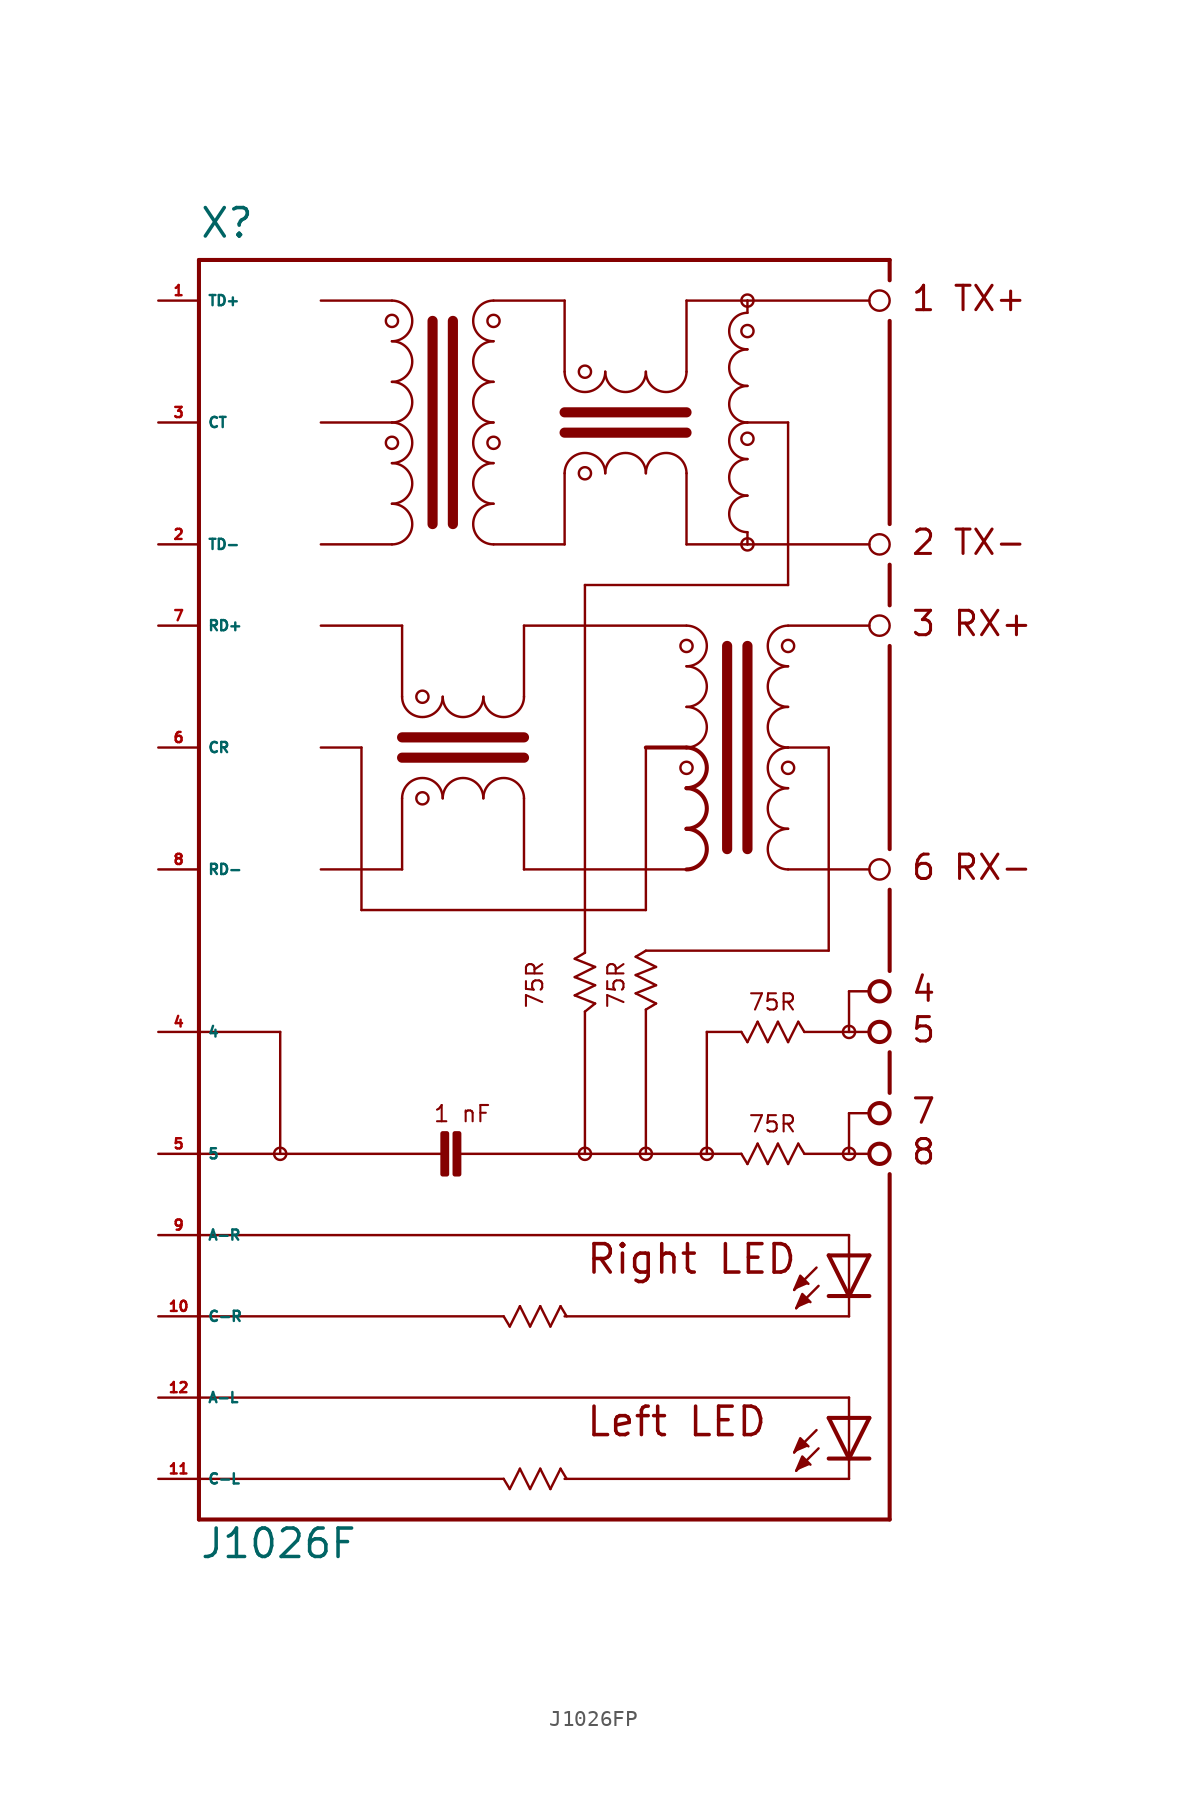
<source format=kicad_sym>
(kicad_symbol_lib
  (version 20220914)
  (generator Eagle2Kicad)
  (symbol "J1026FP"
    (property "Reference" "X"
      (at -20.32 21.59 0)
      (effects (font (size 1.778 1.778) (thickness 0.22)) (justify left bottom)))
    (property "Value" "J1026F"
      (at -20.32 -60.96 0)
      (effects (font (size 1.778 1.778) (thickness 0.22)) (justify left bottom)))
    (polyline
      (pts (xy 16.891 -44.069) (xy 17.272 -43.18) (xy 17.78 -43.688))
      (stroke (width 0.152) (type default))
      (fill (type outline)))
    (polyline
      (pts (xy 17.018 -45.212) (xy 17.399 -44.323) (xy 17.907 -44.831))
      (stroke (width 0.152) (type default))
      (fill (type outline)))
    (polyline
      (pts (xy 16.891 -54.229) (xy 17.272 -53.34) (xy 17.78 -53.848))
      (stroke (width 0.152) (type default))
      (fill (type outline)))
    (polyline
      (pts (xy 17.018 -55.372) (xy 17.399 -54.483) (xy 17.907 -54.991))
      (stroke (width 0.152) (type default))
      (fill (type outline)))
    (polyline
      (pts (xy -12.7 2.54) (xy -8.255 2.54))
      (stroke (width 0.152) (type default))
      (fill (type none)))
    (polyline
      (pts (xy -12.7 10.16) (xy -8.255 10.16))
      (stroke (width 0.152) (type default))
      (fill (type none)))
    (polyline
      (pts (xy -12.7 17.78) (xy -8.255 17.78))
      (stroke (width 0.152) (type default))
      (fill (type none)))
    (arc
      (start -8.255 10.16)
      (mid -6.985 11.430)
      (end -8.255 12.7)
      (stroke (width 0.1524) (type default))
      (fill (type none)))
    (arc
      (start -8.255 12.7)
      (mid -6.985 13.970)
      (end -8.255 15.24)
      (stroke (width 0.1524) (type default))
      (fill (type none)))
    (arc
      (start -8.255 15.24)
      (mid -6.985 16.510)
      (end -8.255 17.78)
      (stroke (width 0.1524) (type default))
      (fill (type none)))
    (arc
      (start -8.255 7.62)
      (mid -6.985 8.890)
      (end -8.255 10.16)
      (stroke (width 0.1524) (type default))
      (fill (type none)))
    (arc
      (start -8.255 5.08)
      (mid -6.985 6.350)
      (end -8.255 7.62)
      (stroke (width 0.1524) (type default))
      (fill (type none)))
    (arc
      (start -8.255 2.54)
      (mid -6.985 3.810)
      (end -8.255 5.08)
      (stroke (width 0.1524) (type default))
      (fill (type none)))
    (polyline
      (pts (xy -5.715 16.51) (xy -5.715 3.81))
      (stroke (width 0.635) (type default))
      (fill (type none)))
    (polyline
      (pts (xy -4.445 16.51) (xy -4.445 3.81))
      (stroke (width 0.635) (type default))
      (fill (type none)))
    (arc
      (start -1.905 12.7)
      (mid -3.175 11.430)
      (end -1.905 10.16)
      (stroke (width 0.1524) (type default))
      (fill (type none)))
    (arc
      (start -1.905 15.24)
      (mid -3.175 13.970)
      (end -1.905 12.7)
      (stroke (width 0.1524) (type default))
      (fill (type none)))
    (arc
      (start -1.905 17.78)
      (mid -3.175 16.510)
      (end -1.905 15.24)
      (stroke (width 0.1524) (type default))
      (fill (type none)))
    (arc
      (start -1.905 10.16)
      (mid -3.175 8.890)
      (end -1.905 7.62)
      (stroke (width 0.1524) (type default))
      (fill (type none)))
    (arc
      (start -1.905 7.62)
      (mid -3.175 6.350)
      (end -1.905 5.08)
      (stroke (width 0.1524) (type default))
      (fill (type none)))
    (arc
      (start -1.905 5.08)
      (mid -3.175 3.810)
      (end -1.905 2.54)
      (stroke (width 0.1524) (type default))
      (fill (type none)))
    (arc
      (start 10.16 6.985)
      (mid 8.890 8.255)
      (end 7.62 6.985)
      (stroke (width 0.1524) (type default))
      (fill (type none)))
    (arc
      (start 7.62 6.985)
      (mid 6.350 8.255)
      (end 5.08 6.985)
      (stroke (width 0.1524) (type default))
      (fill (type none)))
    (arc
      (start 5.08 6.985)
      (mid 3.810 8.255)
      (end 2.54 6.985)
      (stroke (width 0.1524) (type default))
      (fill (type none)))
    (arc
      (start 7.62 13.335)
      (mid 8.890 12.065)
      (end 10.16 13.335)
      (stroke (width 0.1524) (type default))
      (fill (type none)))
    (arc
      (start 5.08 13.335)
      (mid 6.350 12.065)
      (end 7.62 13.335)
      (stroke (width 0.1524) (type default))
      (fill (type none)))
    (arc
      (start 2.54 13.335)
      (mid 3.810 12.065)
      (end 5.08 13.335)
      (stroke (width 0.1524) (type default))
      (fill (type none)))
    (polyline
      (pts (xy -1.905 17.78) (xy 2.54 17.78))
      (stroke (width 0.152) (type default))
      (fill (type none)))
    (polyline
      (pts (xy 2.54 17.78) (xy 2.54 13.335))
      (stroke (width 0.152) (type default))
      (fill (type none)))
    (polyline
      (pts (xy 2.54 2.54) (xy -1.905 2.54))
      (stroke (width 0.152) (type default))
      (fill (type none)))
    (polyline
      (pts (xy 2.54 2.54) (xy 2.54 6.985))
      (stroke (width 0.152) (type default))
      (fill (type none)))
    (polyline
      (pts (xy 10.16 13.335) (xy 10.16 17.78))
      (stroke (width 0.152) (type default))
      (fill (type none)))
    (polyline
      (pts (xy 10.16 17.78) (xy 13.97 17.78))
      (stroke (width 0.152) (type default))
      (fill (type none)))
    (polyline
      (pts (xy 13.97 17.78) (xy 21.59 17.78))
      (stroke (width 0.152) (type default))
      (fill (type none)))
    (polyline
      (pts (xy 10.16 6.985) (xy 10.16 2.54))
      (stroke (width 0.152) (type default))
      (fill (type none)))
    (polyline
      (pts (xy 10.16 2.54) (xy 13.97 2.54))
      (stroke (width 0.152) (type default))
      (fill (type none)))
    (polyline
      (pts (xy 13.97 2.54) (xy 21.59 2.54))
      (stroke (width 0.152) (type default))
      (fill (type none)))
    (polyline
      (pts (xy 2.54 9.525) (xy 10.16 9.525))
      (stroke (width 0.635) (type default))
      (fill (type none)))
    (polyline
      (pts (xy 2.54 10.795) (xy 10.16 10.795))
      (stroke (width 0.635) (type default))
      (fill (type none)))
    (polyline
      (pts (xy 21.59 -17.78) (xy 16.51 -17.78))
      (stroke (width 0.152) (type default))
      (fill (type none)))
    (polyline
      (pts (xy 19.05 -10.16) (xy 16.51 -10.16))
      (stroke (width 0.152) (type default))
      (fill (type none)))
    (polyline
      (pts (xy 21.59 -2.54) (xy 16.51 -2.54))
      (stroke (width 0.152) (type default))
      (fill (type none)))
    (arc
      (start 16.51 -7.62)
      (mid 15.240 -8.890)
      (end 16.51 -10.16)
      (stroke (width 0.1524) (type default))
      (fill (type none)))
    (arc
      (start 16.51 -5.08)
      (mid 15.240 -6.350)
      (end 16.51 -7.62)
      (stroke (width 0.1524) (type default))
      (fill (type none)))
    (arc
      (start 16.51 -2.54)
      (mid 15.240 -3.810)
      (end 16.51 -5.08)
      (stroke (width 0.1524) (type default))
      (fill (type none)))
    (arc
      (start 16.51 -10.16)
      (mid 15.240 -11.430)
      (end 16.51 -12.7)
      (stroke (width 0.1524) (type default))
      (fill (type none)))
    (arc
      (start 16.51 -12.7)
      (mid 15.240 -13.970)
      (end 16.51 -15.24)
      (stroke (width 0.1524) (type default))
      (fill (type none)))
    (arc
      (start 16.51 -15.24)
      (mid 15.240 -16.510)
      (end 16.51 -17.78)
      (stroke (width 0.1524) (type default))
      (fill (type none)))
    (polyline
      (pts (xy 13.97 -3.81) (xy 13.97 -16.51))
      (stroke (width 0.635) (type default))
      (fill (type none)))
    (polyline
      (pts (xy 12.7 -3.81) (xy 12.7 -16.51))
      (stroke (width 0.635) (type default))
      (fill (type none)))
    (arc
      (start 10.16 -10.16)
      (mid 11.430 -8.890)
      (end 10.16 -7.62)
      (stroke (width 0.1524) (type default))
      (fill (type none)))
    (arc
      (start 10.16 -7.62)
      (mid 11.430 -6.350)
      (end 10.16 -5.08)
      (stroke (width 0.1524) (type default))
      (fill (type none)))
    (arc
      (start 10.16 -5.08)
      (mid 11.430 -3.810)
      (end 10.16 -2.54)
      (stroke (width 0.1524) (type default))
      (fill (type none)))
    (arc
      (start 10.16 -12.7)
      (mid 11.430 -11.430)
      (end 10.16 -10.16)
      (stroke (width 0.254) (type default))
      (fill (type none)))
    (arc
      (start 10.16 -15.24)
      (mid 11.430 -13.970)
      (end 10.16 -12.7)
      (stroke (width 0.254) (type default))
      (fill (type none)))
    (arc
      (start 10.16 -17.78)
      (mid 11.430 -16.510)
      (end 10.16 -15.24)
      (stroke (width 0.254) (type default))
      (fill (type none)))
    (arc
      (start -5.08 -13.335)
      (mid -6.350 -12.065)
      (end -7.62 -13.335)
      (stroke (width 0.1524) (type default))
      (fill (type none)))
    (arc
      (start -2.54 -13.335)
      (mid -3.810 -12.065)
      (end -5.08 -13.335)
      (stroke (width 0.1524) (type default))
      (fill (type none)))
    (arc
      (start 0 -13.335)
      (mid -1.270 -12.065)
      (end -2.54 -13.335)
      (stroke (width 0.1524) (type default))
      (fill (type none)))
    (arc
      (start -7.62 -6.985)
      (mid -6.350 -8.255)
      (end -5.08 -6.985)
      (stroke (width 0.1524) (type default))
      (fill (type none)))
    (arc
      (start -5.08 -6.985)
      (mid -3.810 -8.255)
      (end -2.54 -6.985)
      (stroke (width 0.1524) (type default))
      (fill (type none)))
    (arc
      (start -2.54 -6.985)
      (mid -1.270 -8.255)
      (end 0 -6.985)
      (stroke (width 0.1524) (type default))
      (fill (type none)))
    (polyline
      (pts (xy 10.16 -2.54) (xy 0 -2.54))
      (stroke (width 0.152) (type default))
      (fill (type none)))
    (polyline
      (pts (xy 0 -2.54) (xy 0 -6.985))
      (stroke (width 0.152) (type default))
      (fill (type none)))
    (polyline
      (pts (xy 0 -17.78) (xy 10.16 -17.78))
      (stroke (width 0.152) (type default))
      (fill (type none)))
    (polyline
      (pts (xy 0 -17.78) (xy 0 -13.335))
      (stroke (width 0.152) (type default))
      (fill (type none)))
    (polyline
      (pts (xy -7.62 -6.985) (xy -7.62 -2.54))
      (stroke (width 0.152) (type default))
      (fill (type none)))
    (polyline
      (pts (xy -7.62 -2.54) (xy -12.7 -2.54))
      (stroke (width 0.152) (type default))
      (fill (type none)))
    (polyline
      (pts (xy -7.62 -13.335) (xy -7.62 -17.78))
      (stroke (width 0.152) (type default))
      (fill (type none)))
    (polyline
      (pts (xy -7.62 -17.78) (xy -12.7 -17.78))
      (stroke (width 0.152) (type default))
      (fill (type none)))
    (polyline
      (pts (xy 0 -10.795) (xy -7.62 -10.795))
      (stroke (width 0.635) (type default))
      (fill (type none)))
    (polyline
      (pts (xy 0 -9.525) (xy -7.62 -9.525))
      (stroke (width 0.635) (type default))
      (fill (type none)))
    (polyline
      (pts (xy 21.59 -25.4) (xy 20.32 -25.4))
      (stroke (width 0.152) (type default))
      (fill (type none)))
    (polyline
      (pts (xy 20.32 -25.4) (xy 20.32 -27.94))
      (stroke (width 0.152) (type default))
      (fill (type none)))
    (polyline
      (pts (xy 20.32 -27.94) (xy 21.59 -27.94))
      (stroke (width 0.152) (type default))
      (fill (type none)))
    (polyline
      (pts (xy 21.59 -33.02) (xy 20.32 -33.02))
      (stroke (width 0.152) (type default))
      (fill (type none)))
    (polyline
      (pts (xy 20.32 -33.02) (xy 20.32 -35.56))
      (stroke (width 0.152) (type default))
      (fill (type none)))
    (polyline
      (pts (xy 20.32 -35.56) (xy 21.59 -35.56))
      (stroke (width 0.152) (type default))
      (fill (type none)))
    (polyline
      (pts (xy 20.32 -27.94) (xy 17.526 -27.94))
      (stroke (width 0.152) (type default))
      (fill (type none)))
    (polyline
      (pts (xy 17.526 -35.56) (xy 20.32 -35.56))
      (stroke (width 0.152) (type default))
      (fill (type none)))
    (polyline
      (pts (xy -20.32 20.32) (xy -20.32 -27.94))
      (stroke (width 0.254) (type default))
      (fill (type none)))
    (polyline
      (pts (xy -20.32 -27.94) (xy -20.32 -35.56))
      (stroke (width 0.254) (type default))
      (fill (type none)))
    (polyline
      (pts (xy -20.32 -35.56) (xy -20.32 -58.42))
      (stroke (width 0.254) (type default))
      (fill (type none)))
    (polyline
      (pts (xy -20.32 -58.42) (xy 22.86 -58.42))
      (stroke (width 0.254) (type default))
      (fill (type none)))
    (polyline
      (pts (xy -20.32 20.32) (xy 22.86 20.32))
      (stroke (width 0.254) (type default))
      (fill (type none)))
    (polyline
      (pts (xy 22.86 20.32) (xy 22.86 19.05))
      (stroke (width 0.254) (type default))
      (fill (type none)))
    (polyline
      (pts (xy 22.86 -58.42) (xy 22.86 -36.83))
      (stroke (width 0.254) (type default))
      (fill (type none)))
    (polyline
      (pts (xy 22.86 -31.75) (xy 22.86 -29.21))
      (stroke (width 0.254) (type default))
      (fill (type none)))
    (polyline
      (pts (xy 22.86 -24.13) (xy 22.86 -19.05))
      (stroke (width 0.254) (type default))
      (fill (type none)))
    (polyline
      (pts (xy 22.86 -16.51) (xy 22.86 -3.81))
      (stroke (width 0.254) (type default))
      (fill (type none)))
    (polyline
      (pts (xy 22.86 -1.27) (xy 22.86 1.27))
      (stroke (width 0.254) (type default))
      (fill (type none)))
    (polyline
      (pts (xy 22.86 3.81) (xy 22.86 16.51))
      (stroke (width 0.254) (type default))
      (fill (type none)))
    (polyline
      (pts (xy 3.81 0) (xy 3.81 -22.987))
      (stroke (width 0.152) (type default))
      (fill (type none)))
    (polyline
      (pts (xy 19.05 -10.16) (xy 19.05 -22.86))
      (stroke (width 0.152) (type default))
      (fill (type none)))
    (polyline
      (pts (xy 19.05 -22.86) (xy 7.62 -22.86))
      (stroke (width 0.152) (type default))
      (fill (type none)))
    (polyline
      (pts (xy 7.62 -22.86) (xy 6.985 -23.241))
      (stroke (width 0.152) (type default))
      (fill (type none)))
    (polyline
      (pts (xy 6.985 -23.241) (xy 8.255 -23.876))
      (stroke (width 0.152) (type default))
      (fill (type none)))
    (polyline
      (pts (xy 8.255 -23.876) (xy 6.985 -24.384))
      (stroke (width 0.152) (type default))
      (fill (type none)))
    (polyline
      (pts (xy 6.985 -24.384) (xy 8.255 -25.019))
      (stroke (width 0.152) (type default))
      (fill (type none)))
    (polyline
      (pts (xy 8.255 -25.019) (xy 6.985 -25.527))
      (stroke (width 0.152) (type default))
      (fill (type none)))
    (polyline
      (pts (xy 6.985 -25.527) (xy 8.255 -26.162))
      (stroke (width 0.152) (type default))
      (fill (type none)))
    (polyline
      (pts (xy 8.255 -26.162) (xy 7.62 -26.543))
      (stroke (width 0.152) (type default))
      (fill (type none)))
    (polyline
      (pts (xy 3.81 -22.987) (xy 3.175 -23.368))
      (stroke (width 0.152) (type default))
      (fill (type none)))
    (polyline
      (pts (xy 3.175 -23.368) (xy 4.445 -23.876))
      (stroke (width 0.152) (type default))
      (fill (type none)))
    (polyline
      (pts (xy 4.445 -23.876) (xy 3.175 -24.511))
      (stroke (width 0.152) (type default))
      (fill (type none)))
    (polyline
      (pts (xy 3.175 -24.511) (xy 4.445 -25.019))
      (stroke (width 0.152) (type default))
      (fill (type none)))
    (polyline
      (pts (xy 4.445 -25.019) (xy 3.175 -25.654))
      (stroke (width 0.152) (type default))
      (fill (type none)))
    (polyline
      (pts (xy 3.175 -25.654) (xy 4.445 -26.162))
      (stroke (width 0.152) (type default))
      (fill (type none)))
    (polyline
      (pts (xy 4.445 -26.162) (xy 3.81 -26.67))
      (stroke (width 0.152) (type default))
      (fill (type none)))
    (polyline
      (pts (xy 13.589 -27.94) (xy 13.97 -28.575))
      (stroke (width 0.152) (type default))
      (fill (type none)))
    (polyline
      (pts (xy 13.97 -28.575) (xy 14.605 -27.305))
      (stroke (width 0.152) (type default))
      (fill (type none)))
    (polyline
      (pts (xy 14.605 -27.305) (xy 15.24 -28.575))
      (stroke (width 0.152) (type default))
      (fill (type none)))
    (polyline
      (pts (xy 15.24 -28.575) (xy 15.875 -27.305))
      (stroke (width 0.152) (type default))
      (fill (type none)))
    (polyline
      (pts (xy 15.875 -27.305) (xy 16.51 -28.575))
      (stroke (width 0.152) (type default))
      (fill (type none)))
    (polyline
      (pts (xy 16.51 -28.575) (xy 17.145 -27.305))
      (stroke (width 0.152) (type default))
      (fill (type none)))
    (polyline
      (pts (xy 17.145 -27.305) (xy 17.526 -27.94))
      (stroke (width 0.152) (type default))
      (fill (type none)))
    (polyline
      (pts (xy 13.589 -35.56) (xy 13.97 -36.195))
      (stroke (width 0.152) (type default))
      (fill (type none)))
    (polyline
      (pts (xy 13.97 -36.195) (xy 14.605 -34.925))
      (stroke (width 0.152) (type default))
      (fill (type none)))
    (polyline
      (pts (xy 14.605 -34.925) (xy 15.24 -36.195))
      (stroke (width 0.152) (type default))
      (fill (type none)))
    (polyline
      (pts (xy 15.24 -36.195) (xy 15.875 -34.925))
      (stroke (width 0.152) (type default))
      (fill (type none)))
    (polyline
      (pts (xy 15.875 -34.925) (xy 16.51 -36.195))
      (stroke (width 0.152) (type default))
      (fill (type none)))
    (polyline
      (pts (xy 16.51 -36.195) (xy 17.145 -34.925))
      (stroke (width 0.152) (type default))
      (fill (type none)))
    (polyline
      (pts (xy 17.145 -34.925) (xy 17.526 -35.56))
      (stroke (width 0.152) (type default))
      (fill (type none)))
    (polyline
      (pts (xy -20.32 -35.56) (xy -15.24 -35.56))
      (stroke (width 0.152) (type default))
      (fill (type none)))
    (polyline
      (pts (xy -15.24 -35.56) (xy -5.08 -35.56))
      (stroke (width 0.152) (type default))
      (fill (type none)))
    (polyline
      (pts (xy -4.064 -35.56) (xy 3.81 -35.56))
      (stroke (width 0.152) (type default))
      (fill (type none)))
    (polyline
      (pts (xy 3.81 -35.56) (xy 7.62 -35.56))
      (stroke (width 0.152) (type default))
      (fill (type none)))
    (polyline
      (pts (xy 7.62 -35.56) (xy 11.43 -35.56))
      (stroke (width 0.152) (type default))
      (fill (type none)))
    (polyline
      (pts (xy 11.43 -35.56) (xy 13.589 -35.56))
      (stroke (width 0.152) (type default))
      (fill (type none)))
    (polyline
      (pts (xy 13.589 -27.94) (xy 11.43 -27.94))
      (stroke (width 0.152) (type default))
      (fill (type none)))
    (polyline
      (pts (xy 11.43 -27.94) (xy 11.43 -35.56))
      (stroke (width 0.152) (type default))
      (fill (type none)))
    (polyline
      (pts (xy 3.81 -26.67) (xy 3.81 -35.56))
      (stroke (width 0.152) (type default))
      (fill (type none)))
    (polyline
      (pts (xy 7.62 -26.543) (xy 7.62 -35.56))
      (stroke (width 0.152) (type default))
      (fill (type none)))
    (polyline
      (pts (xy -12.7 -10.16) (xy -10.16 -10.16))
      (stroke (width 0.152) (type default))
      (fill (type none)))
    (polyline
      (pts (xy -10.16 -10.16) (xy -10.16 -20.32))
      (stroke (width 0.152) (type default))
      (fill (type none)))
    (polyline
      (pts (xy -10.16 -20.32) (xy 7.62 -20.32))
      (stroke (width 0.152) (type default))
      (fill (type none)))
    (polyline
      (pts (xy 7.62 -20.32) (xy 7.62 -10.16))
      (stroke (width 0.152) (type default))
      (fill (type none)))
    (polyline
      (pts (xy 7.62 -10.16) (xy 10.16 -10.16))
      (stroke (width 0.254) (type default))
      (fill (type none)))
    (polyline
      (pts (xy -20.32 -27.94) (xy -15.24 -27.94))
      (stroke (width 0.152) (type default))
      (fill (type none)))
    (polyline
      (pts (xy -15.24 -27.94) (xy -15.24 -35.56))
      (stroke (width 0.152) (type default))
      (fill (type none)))
    (arc
      (start 13.97 12.446)
      (mid 12.827 11.303)
      (end 13.97 10.16)
      (stroke (width 0.1524) (type default))
      (fill (type none)))
    (arc
      (start 13.97 14.732)
      (mid 12.827 13.589)
      (end 13.97 12.446)
      (stroke (width 0.1524) (type default))
      (fill (type none)))
    (arc
      (start 13.97 10.16)
      (mid 12.827 9.017)
      (end 13.97 7.874)
      (stroke (width 0.1524) (type default))
      (fill (type none)))
    (arc
      (start 13.97 7.874)
      (mid 12.827 6.731)
      (end 13.97 5.588)
      (stroke (width 0.1524) (type default))
      (fill (type none)))
    (arc
      (start 13.97 5.588)
      (mid 12.827 4.445)
      (end 13.97 3.302)
      (stroke (width 0.1524) (type default))
      (fill (type none)))
    (arc
      (start 13.97 17.018)
      (mid 12.827 15.875)
      (end 13.97 14.732)
      (stroke (width 0.1524) (type default))
      (fill (type none)))
    (polyline
      (pts (xy 13.97 17.78) (xy 13.97 17.018))
      (stroke (width 0.152) (type default))
      (fill (type none)))
    (polyline
      (pts (xy 13.97 2.54) (xy 13.97 3.302))
      (stroke (width 0.152) (type default))
      (fill (type none)))
    (polyline
      (pts (xy 3.81 0) (xy 16.51 0))
      (stroke (width 0.152) (type default))
      (fill (type none)))
    (polyline
      (pts (xy 16.51 0) (xy 16.51 10.16))
      (stroke (width 0.152) (type default))
      (fill (type none)))
    (polyline
      (pts (xy 16.51 10.16) (xy 13.97 10.16))
      (stroke (width 0.152) (type default))
      (fill (type none)))
    (polyline
      (pts (xy -1.27 -45.72) (xy -0.889 -46.355))
      (stroke (width 0.152) (type default))
      (fill (type none)))
    (polyline
      (pts (xy -0.889 -46.355) (xy -0.254 -45.085))
      (stroke (width 0.152) (type default))
      (fill (type none)))
    (polyline
      (pts (xy -0.254 -45.085) (xy 0.381 -46.355))
      (stroke (width 0.152) (type default))
      (fill (type none)))
    (polyline
      (pts (xy 0.381 -46.355) (xy 1.016 -45.085))
      (stroke (width 0.152) (type default))
      (fill (type none)))
    (polyline
      (pts (xy 1.016 -45.085) (xy 1.651 -46.355))
      (stroke (width 0.152) (type default))
      (fill (type none)))
    (polyline
      (pts (xy 1.651 -46.355) (xy 2.286 -45.085))
      (stroke (width 0.152) (type default))
      (fill (type none)))
    (polyline
      (pts (xy 2.286 -45.085) (xy 2.667 -45.72))
      (stroke (width 0.152) (type default))
      (fill (type none)))
    (polyline
      (pts (xy -1.27 -55.88) (xy -0.889 -56.515))
      (stroke (width 0.152) (type default))
      (fill (type none)))
    (polyline
      (pts (xy -0.889 -56.515) (xy -0.254 -55.245))
      (stroke (width 0.152) (type default))
      (fill (type none)))
    (polyline
      (pts (xy -0.254 -55.245) (xy 0.381 -56.515))
      (stroke (width 0.152) (type default))
      (fill (type none)))
    (polyline
      (pts (xy 0.381 -56.515) (xy 1.016 -55.245))
      (stroke (width 0.152) (type default))
      (fill (type none)))
    (polyline
      (pts (xy 1.016 -55.245) (xy 1.651 -56.515))
      (stroke (width 0.152) (type default))
      (fill (type none)))
    (polyline
      (pts (xy 1.651 -56.515) (xy 2.286 -55.245))
      (stroke (width 0.152) (type default))
      (fill (type none)))
    (polyline
      (pts (xy 2.286 -55.245) (xy 2.667 -55.88))
      (stroke (width 0.152) (type default))
      (fill (type none)))
    (polyline
      (pts (xy -20.32 -45.72) (xy -1.27 -45.72))
      (stroke (width 0.152) (type default))
      (fill (type none)))
    (polyline
      (pts (xy -20.32 -55.88) (xy -1.27 -55.88))
      (stroke (width 0.152) (type default))
      (fill (type none)))
    (polyline
      (pts (xy 21.59 -41.91) (xy 20.32 -44.45))
      (stroke (width 0.254) (type default))
      (fill (type none)))
    (polyline
      (pts (xy 20.32 -44.45) (xy 19.05 -41.91))
      (stroke (width 0.254) (type default))
      (fill (type none)))
    (polyline
      (pts (xy 21.59 -44.45) (xy 20.32 -44.45))
      (stroke (width 0.254) (type default))
      (fill (type none)))
    (polyline
      (pts (xy 20.32 -44.45) (xy 19.05 -44.45))
      (stroke (width 0.254) (type default))
      (fill (type none)))
    (polyline
      (pts (xy 21.59 -41.91) (xy 20.32 -41.91))
      (stroke (width 0.254) (type default))
      (fill (type none)))
    (polyline
      (pts (xy 20.32 -41.91) (xy 19.05 -41.91))
      (stroke (width 0.254) (type default))
      (fill (type none)))
    (polyline
      (pts (xy 20.32 -41.91) (xy 20.32 -44.45))
      (stroke (width 0.152) (type default))
      (fill (type none)))
    (polyline
      (pts (xy 18.288 -42.672) (xy 16.891 -44.069))
      (stroke (width 0.152) (type default))
      (fill (type none)))
    (polyline
      (pts (xy 18.415 -43.815) (xy 17.018 -45.212))
      (stroke (width 0.152) (type default))
      (fill (type none)))
    (polyline
      (pts (xy 20.32 -45.72) (xy 20.32 -44.45))
      (stroke (width 0.152) (type default))
      (fill (type none)))
    (polyline
      (pts (xy -20.32 -40.64) (xy 20.32 -40.64))
      (stroke (width 0.152) (type default))
      (fill (type none)))
    (polyline
      (pts (xy 20.32 -40.64) (xy 20.32 -41.91))
      (stroke (width 0.152) (type default))
      (fill (type none)))
    (polyline
      (pts (xy 2.54 -45.72) (xy 20.32 -45.72))
      (stroke (width 0.152) (type default))
      (fill (type none)))
    (polyline
      (pts (xy 21.59 -52.07) (xy 20.32 -54.61))
      (stroke (width 0.254) (type default))
      (fill (type none)))
    (polyline
      (pts (xy 20.32 -54.61) (xy 19.05 -52.07))
      (stroke (width 0.254) (type default))
      (fill (type none)))
    (polyline
      (pts (xy 21.59 -54.61) (xy 20.32 -54.61))
      (stroke (width 0.254) (type default))
      (fill (type none)))
    (polyline
      (pts (xy 20.32 -54.61) (xy 19.05 -54.61))
      (stroke (width 0.254) (type default))
      (fill (type none)))
    (polyline
      (pts (xy 21.59 -52.07) (xy 20.32 -52.07))
      (stroke (width 0.254) (type default))
      (fill (type none)))
    (polyline
      (pts (xy 20.32 -52.07) (xy 19.05 -52.07))
      (stroke (width 0.254) (type default))
      (fill (type none)))
    (polyline
      (pts (xy 20.32 -52.07) (xy 20.32 -54.61))
      (stroke (width 0.152) (type default))
      (fill (type none)))
    (polyline
      (pts (xy 18.288 -52.832) (xy 16.891 -54.229))
      (stroke (width 0.152) (type default))
      (fill (type none)))
    (polyline
      (pts (xy 18.415 -53.975) (xy 17.018 -55.372))
      (stroke (width 0.152) (type default))
      (fill (type none)))
    (polyline
      (pts (xy 20.32 -55.88) (xy 20.32 -54.61))
      (stroke (width 0.152) (type default))
      (fill (type none)))
    (polyline
      (pts (xy -20.32 -50.8) (xy 20.32 -50.8))
      (stroke (width 0.152) (type default))
      (fill (type none)))
    (polyline
      (pts (xy 20.32 -50.8) (xy 20.32 -52.07))
      (stroke (width 0.152) (type default))
      (fill (type none)))
    (polyline
      (pts (xy 2.54 -55.88) (xy 20.32 -55.88))
      (stroke (width 0.152) (type default))
      (fill (type none)))
    (text "1 TX+"
      (at 24.13 17.018 0)
      (effects (font (size 1.524 1.524) (thickness 0.19)) (justify left bottom)))
    (text "2 TX-"
      (at 24.13 1.778 0)
      (effects (font (size 1.524 1.524) (thickness 0.19)) (justify left bottom)))
    (text "3 RX+"
      (at 24.13 -3.302 0)
      (effects (font (size 1.524 1.524) (thickness 0.19)) (justify left bottom)))
    (text "6 RX-"
      (at 24.13 -18.542 0)
      (effects (font (size 1.524 1.524) (thickness 0.19)) (justify left bottom)))
    (text "4"
      (at 24.13 -26.162 0)
      (effects (font (size 1.524 1.524) (thickness 0.19)) (justify left bottom)))
    (text "5"
      (at 24.13 -28.702 0)
      (effects (font (size 1.524 1.524) (thickness 0.19)) (justify left bottom)))
    (text "7"
      (at 24.13 -33.782 0)
      (effects (font (size 1.524 1.524) (thickness 0.19)) (justify left bottom)))
    (text "8"
      (at 24.13 -36.322 0)
      (effects (font (size 1.524 1.524) (thickness 0.19)) (justify left bottom)))
    (text "75R"
      (at 6.35 -26.543 900)
      (effects (font (size 1.016 1.016) (thickness 0.13)) (justify left bottom)))
    (text "75R"
      (at 1.27 -26.543 900)
      (effects (font (size 1.016 1.016) (thickness 0.13)) (justify left bottom mirror)))
    (text "75R"
      (at 13.97 -26.67 0)
      (effects (font (size 1.016 1.016) (thickness 0.13)) (justify left bottom mirror)))
    (text "75R"
      (at 13.97 -34.29 0)
      (effects (font (size 1.016 1.016) (thickness 0.13)) (justify left bottom)))
    (text "1 nF"
      (at -5.715 -33.655 0)
      (effects (font (size 1.016 1.016) (thickness 0.13)) (justify left bottom)))
    (text "Right LED"
      (at 3.81 -43.18 0)
      (effects (font (size 1.778 1.778) (thickness 0.22)) (justify left bottom)))
    (text "Left LED"
      (at 3.81 -53.34 0)
      (effects (font (size 1.778 1.778) (thickness 0.22)) (justify left bottom)))
    (circle
      (center -8.255 16.51)
      (radius 0.381)
      (stroke (width 0) (type default))
      (fill (type none)))
    (circle
      (center -8.255 8.89)
      (radius 0.381)
      (stroke (width 0) (type default))
      (fill (type none)))
    (circle
      (center -1.905 16.51)
      (radius 0.381)
      (stroke (width 0) (type default))
      (fill (type none)))
    (circle
      (center -1.905 8.89)
      (radius 0.381)
      (stroke (width 0) (type default))
      (fill (type none)))
    (circle
      (center 3.81 6.985)
      (radius 0.381)
      (stroke (width 0) (type default))
      (fill (type none)))
    (circle
      (center 3.81 13.335)
      (radius 0.381)
      (stroke (width 0) (type default))
      (fill (type none)))
    (circle
      (center 16.51 -3.81)
      (radius 0.381)
      (stroke (width 0) (type default))
      (fill (type none)))
    (circle
      (center 16.51 -11.43)
      (radius 0.381)
      (stroke (width 0) (type default))
      (fill (type none)))
    (circle
      (center 10.16 -3.81)
      (radius 0.381)
      (stroke (width 0) (type default))
      (fill (type none)))
    (circle
      (center 10.16 -11.43)
      (radius 0.381)
      (stroke (width 0) (type default))
      (fill (type none)))
    (circle
      (center -6.35 -13.335)
      (radius 0.381)
      (stroke (width 0) (type default))
      (fill (type none)))
    (circle
      (center -6.35 -6.985)
      (radius 0.381)
      (stroke (width 0) (type default))
      (fill (type none)))
    (circle
      (center 22.225 17.78)
      (radius 0.635)
      (stroke (width 0.152) (type default))
      (fill (type none)))
    (circle
      (center 22.225 2.54)
      (radius 0.635)
      (stroke (width 0.152) (type default))
      (fill (type none)))
    (circle
      (center 22.225 -2.54)
      (radius 0.635)
      (stroke (width 0.152) (type default))
      (fill (type none)))
    (circle
      (center 22.225 -17.78)
      (radius 0.635)
      (stroke (width 0.152) (type default))
      (fill (type none)))
    (circle
      (center 22.225 -25.4)
      (radius 0.635)
      (stroke (width 0.254) (type default))
      (fill (type none)))
    (circle
      (center 22.225 -27.94)
      (radius 0.635)
      (stroke (width 0.254) (type default))
      (fill (type none)))
    (circle
      (center 22.225 -33.02)
      (radius 0.635)
      (stroke (width 0.254) (type default))
      (fill (type none)))
    (circle
      (center 22.225 -35.56)
      (radius 0.635)
      (stroke (width 0.254) (type default))
      (fill (type none)))
    (circle
      (center 7.62 -35.56)
      (radius 0.381)
      (stroke (width 0) (type default))
      (fill (type none)))
    (circle
      (center 3.81 -35.56)
      (radius 0.381)
      (stroke (width 0) (type default))
      (fill (type none)))
    (circle
      (center 11.43 -35.56)
      (radius 0.381)
      (stroke (width 0) (type default))
      (fill (type none)))
    (circle
      (center 20.32 -35.56)
      (radius 0.381)
      (stroke (width 0) (type default))
      (fill (type none)))
    (circle
      (center 20.32 -27.94)
      (radius 0.381)
      (stroke (width 0) (type default))
      (fill (type none)))
    (circle
      (center -15.24 -35.56)
      (radius 0.381)
      (stroke (width 0) (type default))
      (fill (type none)))
    (circle
      (center 13.97 15.875)
      (radius 0.381)
      (stroke (width 0) (type default))
      (fill (type none)))
    (circle
      (center 13.97 9.144)
      (radius 0.381)
      (stroke (width 0) (type default))
      (fill (type none)))
    (circle
      (center 13.97 17.78)
      (radius 0.381)
      (stroke (width 0) (type default))
      (fill (type none)))
    (circle
      (center 13.97 2.54)
      (radius 0.381)
      (stroke (width 0) (type default))
      (fill (type none)))
    (rectangle
      (start -5.08 -36.83)
      (end -4.826 -34.29)
      (stroke (width 0.3) (type default))
      (fill (type outline)))
    (rectangle
      (start -4.318 -36.83)
      (end -4.064 -34.29)
      (stroke (width 0.3) (type default))
      (fill (type outline)))
    (pin input line
      (at -22.86 17.78 0)
      (length 2.54)
      (name "TD+" (effects (font (size 0.635 0.635) (thickness 0.08)) (justify left bottom)))
      (number "1" (effects (font (size 0.635 0.635) (thickness 0.08)) (justify left bottom))))
    (pin input line
      (at -22.86 10.16 0)
      (length 2.54)
      (name "CT" (effects (font (size 0.635 0.635) (thickness 0.08)) (justify left bottom)))
      (number "3" (effects (font (size 0.635 0.635) (thickness 0.08)) (justify left bottom))))
    (pin input line
      (at -22.86 2.54 0)
      (length 2.54)
      (name "TD-" (effects (font (size 0.635 0.635) (thickness 0.08)) (justify left bottom)))
      (number "2" (effects (font (size 0.635 0.635) (thickness 0.08)) (justify left bottom))))
    (pin input line
      (at -22.86 -2.54 0)
      (length 2.54)
      (name "RD+" (effects (font (size 0.635 0.635) (thickness 0.08)) (justify left bottom)))
      (number "7" (effects (font (size 0.635 0.635) (thickness 0.08)) (justify left bottom))))
    (pin input line
      (at -22.86 -10.16 0)
      (length 2.54)
      (name "CR" (effects (font (size 0.635 0.635) (thickness 0.08)) (justify left bottom)))
      (number "6" (effects (font (size 0.635 0.635) (thickness 0.08)) (justify left bottom))))
    (pin input line
      (at -22.86 -17.78 0)
      (length 2.54)
      (name "RD-" (effects (font (size 0.635 0.635) (thickness 0.08)) (justify left bottom)))
      (number "8" (effects (font (size 0.635 0.635) (thickness 0.08)) (justify left bottom))))
    (pin input line
      (at -22.86 -35.56 0)
      (length 2.54)
      (name "5" (effects (font (size 0.635 0.635) (thickness 0.08)) (justify left bottom)))
      (number "5" (effects (font (size 0.635 0.635) (thickness 0.08)) (justify left bottom))))
    (pin input line
      (at -22.86 -27.94 0)
      (length 2.54)
      (name "4" (effects (font (size 0.635 0.635) (thickness 0.08)) (justify left bottom)))
      (number "4" (effects (font (size 0.635 0.635) (thickness 0.08)) (justify left bottom))))
    (pin passive line
      (at -22.86 -45.72 0)
      (length 2.54)
      (name "C-R" (effects (font (size 0.635 0.635) (thickness 0.08)) (justify left bottom)))
      (number "10" (effects (font (size 0.635 0.635) (thickness 0.08)) (justify left bottom))))
    (pin passive line
      (at -22.86 -40.64 0)
      (length 2.54)
      (name "A-R" (effects (font (size 0.635 0.635) (thickness 0.08)) (justify left bottom)))
      (number "9" (effects (font (size 0.635 0.635) (thickness 0.08)) (justify left bottom))))
    (pin passive line
      (at -22.86 -55.88 0)
      (length 2.54)
      (name "C-L" (effects (font (size 0.635 0.635) (thickness 0.08)) (justify left bottom)))
      (number "11" (effects (font (size 0.635 0.635) (thickness 0.08)) (justify left bottom))))
    (pin passive line
      (at -22.86 -50.8 0)
      (length 2.54)
      (name "A-L" (effects (font (size 0.635 0.635) (thickness 0.08)) (justify left bottom)))
      (number "12" (effects (font (size 0.635 0.635) (thickness 0.08)) (justify left bottom))))))
</source>
